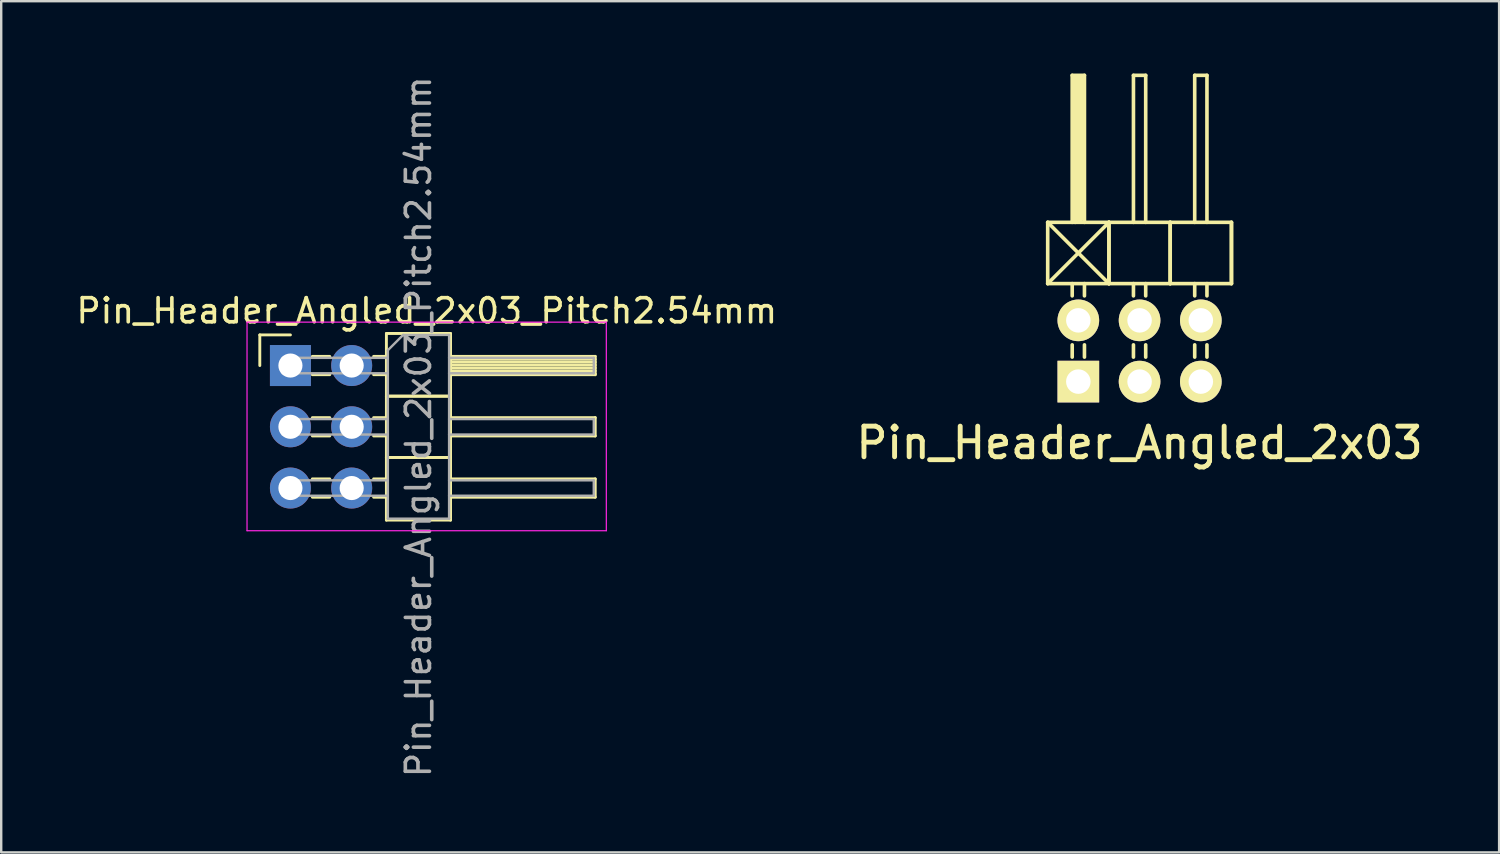
<source format=kicad_pcb>
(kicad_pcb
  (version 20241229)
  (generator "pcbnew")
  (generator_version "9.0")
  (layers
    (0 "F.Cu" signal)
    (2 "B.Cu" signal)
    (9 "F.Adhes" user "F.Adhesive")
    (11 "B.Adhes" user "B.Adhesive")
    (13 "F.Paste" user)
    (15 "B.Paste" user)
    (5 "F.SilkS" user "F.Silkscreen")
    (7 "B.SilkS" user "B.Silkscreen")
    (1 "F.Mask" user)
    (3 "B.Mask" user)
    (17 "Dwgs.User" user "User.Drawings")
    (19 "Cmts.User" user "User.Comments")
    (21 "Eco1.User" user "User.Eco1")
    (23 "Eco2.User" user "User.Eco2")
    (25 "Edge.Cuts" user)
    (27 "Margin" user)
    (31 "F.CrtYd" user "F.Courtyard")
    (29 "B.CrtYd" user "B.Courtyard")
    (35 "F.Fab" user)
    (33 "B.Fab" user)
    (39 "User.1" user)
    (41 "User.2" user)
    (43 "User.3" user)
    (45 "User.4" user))
  (footprint "Pin_Header_Angled_2x03_Pitch2.54mm"
    (layer "F.Cu")
    (at 8.994 12.109)
    (property "Reference" "Pin_Header_Angled_2x03_Pitch2.54mm" (at 5.655 -2.27 0) (layer "F.SilkS") (effects (font (size 1 1) (thickness 0.15))))
    (attr through_hole)
    (fp_line (start -1.27 -1.27) (end 0 -1.27) (stroke (width 0.12) (type solid)) (layer "F.SilkS"))
    (fp_line (start -1.27 0) (end -1.27 -1.27) (stroke (width 0.12) (type solid)) (layer "F.SilkS"))
    (fp_line (start 0.91 -0.38) (end 1.63 -0.38) (stroke (width 0.12) (type solid)) (layer "F.SilkS"))
    (fp_line (start 0.91 0.38) (end 1.63 0.38) (stroke (width 0.12) (type solid)) (layer "F.SilkS"))
    (fp_line (start 0.91 2.16) (end 1.63 2.16) (stroke (width 0.12) (type solid)) (layer "F.SilkS"))
    (fp_line (start 0.91 2.92) (end 1.63 2.92) (stroke (width 0.12) (type solid)) (layer "F.SilkS"))
    (fp_line (start 0.91 4.7) (end 1.63 4.7) (stroke (width 0.12) (type solid)) (layer "F.SilkS"))
    (fp_line (start 0.91 5.46) (end 1.63 5.46) (stroke (width 0.12) (type solid)) (layer "F.SilkS"))
    (fp_line (start 3.45 -0.38) (end 3.98 -0.38) (stroke (width 0.12) (type solid)) (layer "F.SilkS"))
    (fp_line (start 3.45 0.38) (end 3.98 0.38) (stroke (width 0.12) (type solid)) (layer "F.SilkS"))
    (fp_line (start 3.45 2.16) (end 3.98 2.16) (stroke (width 0.12) (type solid)) (layer "F.SilkS"))
    (fp_line (start 3.45 2.92) (end 3.98 2.92) (stroke (width 0.12) (type solid)) (layer "F.SilkS"))
    (fp_line (start 3.45 4.7) (end 3.98 4.7) (stroke (width 0.12) (type solid)) (layer "F.SilkS"))
    (fp_line (start 3.45 5.46) (end 3.98 5.46) (stroke (width 0.12) (type solid)) (layer "F.SilkS"))
    (fp_line (start 3.98 -1.33) (end 3.98 1.27) (stroke (width 0.12) (type solid)) (layer "F.SilkS"))
    (fp_line (start 3.98 1.27) (end 3.98 3.81) (stroke (width 0.12) (type solid)) (layer "F.SilkS"))
    (fp_line (start 3.98 1.27) (end 6.64 1.27) (stroke (width 0.12) (type solid)) (layer "F.SilkS"))
    (fp_line (start 3.98 3.81) (end 3.98 6.41) (stroke (width 0.12) (type solid)) (layer "F.SilkS"))
    (fp_line (start 3.98 3.81) (end 6.64 3.81) (stroke (width 0.12) (type solid)) (layer "F.SilkS"))
    (fp_line (start 3.98 6.41) (end 6.64 6.41) (stroke (width 0.12) (type solid)) (layer "F.SilkS"))
    (fp_line (start 6.64 -1.33) (end 3.98 -1.33) (stroke (width 0.12) (type solid)) (layer "F.SilkS"))
    (fp_line (start 6.64 -0.38) (end 6.64 0.38) (stroke (width 0.12) (type solid)) (layer "F.SilkS"))
    (fp_line (start 6.64 -0.26) (end 12.64 -0.26) (stroke (width 0.12) (type solid)) (layer "F.SilkS"))
    (fp_line (start 6.64 -0.14) (end 12.64 -0.14) (stroke (width 0.12) (type solid)) (layer "F.SilkS"))
    (fp_line (start 6.64 -0.02) (end 12.64 -0.02) (stroke (width 0.12) (type solid)) (layer "F.SilkS"))
    (fp_line (start 6.64 0.1) (end 12.64 0.1) (stroke (width 0.12) (type solid)) (layer "F.SilkS"))
    (fp_line (start 6.64 0.22) (end 12.64 0.22) (stroke (width 0.12) (type solid)) (layer "F.SilkS"))
    (fp_line (start 6.64 0.34) (end 12.64 0.34) (stroke (width 0.12) (type solid)) (layer "F.SilkS"))
    (fp_line (start 6.64 0.38) (end 12.64 0.38) (stroke (width 0.12) (type solid)) (layer "F.SilkS"))
    (fp_line (start 6.64 1.27) (end 3.98 1.27) (stroke (width 0.12) (type solid)) (layer "F.SilkS"))
    (fp_line (start 6.64 1.27) (end 6.64 -1.33) (stroke (width 0.12) (type solid)) (layer "F.SilkS"))
    (fp_line (start 6.64 2.16) (end 6.64 2.92) (stroke (width 0.12) (type solid)) (layer "F.SilkS"))
    (fp_line (start 6.64 2.92) (end 12.64 2.92) (stroke (width 0.12) (type solid)) (layer "F.SilkS"))
    (fp_line (start 6.64 3.81) (end 3.98 3.81) (stroke (width 0.12) (type solid)) (layer "F.SilkS"))
    (fp_line (start 6.64 3.81) (end 6.64 1.27) (stroke (width 0.12) (type solid)) (layer "F.SilkS"))
    (fp_line (start 6.64 4.7) (end 6.64 5.46) (stroke (width 0.12) (type solid)) (layer "F.SilkS"))
    (fp_line (start 6.64 5.46) (end 12.64 5.46) (stroke (width 0.12) (type solid)) (layer "F.SilkS"))
    (fp_line (start 6.64 6.41) (end 6.64 3.81) (stroke (width 0.12) (type solid)) (layer "F.SilkS"))
    (fp_line (start 12.64 -0.38) (end 6.64 -0.38) (stroke (width 0.12) (type solid)) (layer "F.SilkS"))
    (fp_line (start 12.64 0.38) (end 12.64 -0.38) (stroke (width 0.12) (type solid)) (layer "F.SilkS"))
    (fp_line (start 12.64 2.16) (end 6.64 2.16) (stroke (width 0.12) (type solid)) (layer "F.SilkS"))
    (fp_line (start 12.64 2.92) (end 12.64 2.16) (stroke (width 0.12) (type solid)) (layer "F.SilkS"))
    (fp_line (start 12.64 4.7) (end 6.64 4.7) (stroke (width 0.12) (type solid)) (layer "F.SilkS"))
    (fp_line (start 12.64 5.46) (end 12.64 4.7) (stroke (width 0.12) (type solid)) (layer "F.SilkS"))
    (fp_line (start -1.8 -1.8) (end -1.8 6.85) (stroke (width 0.05) (type solid)) (layer "F.CrtYd"))
    (fp_line (start -1.8 6.85) (end 13.1 6.85) (stroke (width 0.05) (type solid)) (layer "F.CrtYd"))
    (fp_line (start 13.1 -1.8) (end -1.8 -1.8) (stroke (width 0.05) (type solid)) (layer "F.CrtYd"))
    (fp_line (start 13.1 6.85) (end 13.1 -1.8) (stroke (width 0.05) (type solid)) (layer "F.CrtYd"))
    (fp_line (start -0.32 -0.32) (end -0.32 0.32) (stroke (width 0.1) (type solid)) (layer "F.Fab"))
    (fp_line (start -0.32 -0.32) (end 4.04 -0.32) (stroke (width 0.1) (type solid)) (layer "F.Fab"))
    (fp_line (start -0.32 0.32) (end 4.04 0.32) (stroke (width 0.1) (type solid)) (layer "F.Fab"))
    (fp_line (start -0.32 2.22) (end -0.32 2.86) (stroke (width 0.1) (type solid)) (layer "F.Fab"))
    (fp_line (start -0.32 2.22) (end 4.04 2.22) (stroke (width 0.1) (type solid)) (layer "F.Fab"))
    (fp_line (start -0.32 2.86) (end 4.04 2.86) (stroke (width 0.1) (type solid)) (layer "F.Fab"))
    (fp_line (start -0.32 4.76) (end -0.32 5.4) (stroke (width 0.1) (type solid)) (layer "F.Fab"))
    (fp_line (start -0.32 4.76) (end 4.04 4.76) (stroke (width 0.1) (type solid)) (layer "F.Fab"))
    (fp_line (start -0.32 5.4) (end 4.04 5.4) (stroke (width 0.1) (type solid)) (layer "F.Fab"))
    (fp_line (start 4.04 -0.635) (end 4.675 -1.27) (stroke (width 0.1) (type solid)) (layer "F.Fab"))
    (fp_line (start 4.04 6.35) (end 4.04 -0.635) (stroke (width 0.1) (type solid)) (layer "F.Fab"))
    (fp_line (start 4.675 -1.27) (end 6.58 -1.27) (stroke (width 0.1) (type solid)) (layer "F.Fab"))
    (fp_line (start 6.58 -1.27) (end 6.58 6.35) (stroke (width 0.1) (type solid)) (layer "F.Fab"))
    (fp_line (start 6.58 -0.32) (end 12.58 -0.32) (stroke (width 0.1) (type solid)) (layer "F.Fab"))
    (fp_line (start 6.58 0.32) (end 12.58 0.32) (stroke (width 0.1) (type solid)) (layer "F.Fab"))
    (fp_line (start 6.58 2.22) (end 12.58 2.22) (stroke (width 0.1) (type solid)) (layer "F.Fab"))
    (fp_line (start 6.58 2.86) (end 12.58 2.86) (stroke (width 0.1) (type solid)) (layer "F.Fab"))
    (fp_line (start 6.58 4.76) (end 12.58 4.76) (stroke (width 0.1) (type solid)) (layer "F.Fab"))
    (fp_line (start 6.58 5.4) (end 12.58 5.4) (stroke (width 0.1) (type solid)) (layer "F.Fab"))
    (fp_line (start 6.58 6.35) (end 4.04 6.35) (stroke (width 0.1) (type solid)) (layer "F.Fab"))
    (fp_line (start 12.58 -0.32) (end 12.58 0.32) (stroke (width 0.1) (type solid)) (layer "F.Fab"))
    (fp_line (start 12.58 2.22) (end 12.58 2.86) (stroke (width 0.1) (type solid)) (layer "F.Fab"))
    (fp_line (start 12.58 4.76) (end 12.58 5.4) (stroke (width 0.1) (type solid)) (layer "F.Fab"))
    (fp_text user "${REFERENCE}" (at 5.31 2.54 90) (layer "F.Fab") (effects (font (size 1 1) (thickness 0.15))))
    (pad "1" thru_hole rect (at 0 0) (size 1.7 1.7) (drill 1) (layers "*.Cu" "*.Mask"))
    (pad "2" thru_hole oval (at 2.54 0) (size 1.7 1.7) (drill 1) (layers "*.Cu" "*.Mask"))
    (pad "3" thru_hole oval (at 0 2.54) (size 1.7 1.7) (drill 1) (layers "*.Cu" "*.Mask"))
    (pad "4" thru_hole oval (at 2.54 2.54) (size 1.7 1.7) (drill 1) (layers "*.Cu" "*.Mask"))
    (pad "5" thru_hole oval (at 0 5.08) (size 1.7 1.7) (drill 1) (layers "*.Cu" "*.Mask"))
    (pad "6" thru_hole oval (at 2.54 5.08) (size 1.7 1.7) (drill 1) (layers "*.Cu" "*.Mask")))
  (footprint "Pin_Header_Angled_2x03"
    (layer "F.Cu")
    (at 44.208 11.505)
    (property "Reference" "Pin_Header_Angled_2x03" (at 0 3.81 0) (layer "F.SilkS") (effects (font (size 1.27 1.27) (thickness 0.203))))
    (attr through_hole)
    (fp_line (start -3.81 -5.334) (end -1.27 -2.794) (stroke (width 0.15) (type solid)) (layer "F.SilkS"))
    (fp_line (start -3.81 -2.794) (end -3.81 -5.334) (stroke (width 0.15) (type solid)) (layer "F.SilkS"))
    (fp_line (start -3.81 -2.794) (end -1.27 -5.334) (stroke (width 0.15) (type solid)) (layer "F.SilkS"))
    (fp_line (start -3.81 -2.794) (end -1.27 -2.794) (stroke (width 0.15) (type solid)) (layer "F.SilkS"))
    (fp_line (start -2.794 -11.43) (end -2.286 -11.43) (stroke (width 0.15) (type solid)) (layer "F.SilkS"))
    (fp_line (start -2.794 -5.334) (end -2.794 -11.43) (stroke (width 0.15) (type solid)) (layer "F.SilkS"))
    (fp_line (start -2.794 -2.794) (end -2.794 -2.286) (stroke (width 0.15) (type solid)) (layer "F.SilkS"))
    (fp_line (start -2.794 -0.254) (end -2.794 0.254) (stroke (width 0.15) (type solid)) (layer "F.SilkS"))
    (fp_line (start -2.667 -11.303) (end -2.413 -11.303) (stroke (width 0.15) (type solid)) (layer "F.SilkS"))
    (fp_line (start -2.667 -5.334) (end -2.667 -11.303) (stroke (width 0.15) (type solid)) (layer "F.SilkS"))
    (fp_line (start -2.54 -5.461) (end -2.54 -11.303) (stroke (width 0.15) (type solid)) (layer "F.SilkS"))
    (fp_line (start -2.413 -11.303) (end -2.413 -5.461) (stroke (width 0.15) (type solid)) (layer "F.SilkS"))
    (fp_line (start -2.413 -5.461) (end -2.54 -5.461) (stroke (width 0.15) (type solid)) (layer "F.SilkS"))
    (fp_line (start -2.286 -11.43) (end -2.286 -5.334) (stroke (width 0.15) (type solid)) (layer "F.SilkS"))
    (fp_line (start -2.286 -2.794) (end -2.286 -2.286) (stroke (width 0.15) (type solid)) (layer "F.SilkS"))
    (fp_line (start -2.286 -0.254) (end -2.286 0.254) (stroke (width 0.15) (type solid)) (layer "F.SilkS"))
    (fp_line (start -1.27 -5.334) (end -3.81 -5.334) (stroke (width 0.15) (type solid)) (layer "F.SilkS"))
    (fp_line (start -1.27 -2.794) (end -1.27 -5.334) (stroke (width 0.15) (type solid)) (layer "F.SilkS"))
    (fp_line (start -1.27 -2.794) (end -1.27 -5.334) (stroke (width 0.15) (type solid)) (layer "F.SilkS"))
    (fp_line (start -1.27 -2.794) (end 1.27 -2.794) (stroke (width 0.15) (type solid)) (layer "F.SilkS"))
    (fp_line (start -0.254 -11.43) (end 0.254 -11.43) (stroke (width 0.15) (type solid)) (layer "F.SilkS"))
    (fp_line (start -0.254 -5.334) (end -0.254 -11.43) (stroke (width 0.15) (type solid)) (layer "F.SilkS"))
    (fp_line (start -0.254 -2.794) (end -0.254 -2.286) (stroke (width 0.15) (type solid)) (layer "F.SilkS"))
    (fp_line (start -0.254 -0.254) (end -0.254 0.254) (stroke (width 0.15) (type solid)) (layer "F.SilkS"))
    (fp_line (start 0.254 -11.43) (end 0.254 -5.334) (stroke (width 0.15) (type solid)) (layer "F.SilkS"))
    (fp_line (start 0.254 -2.794) (end 0.254 -2.286) (stroke (width 0.15) (type solid)) (layer "F.SilkS"))
    (fp_line (start 0.254 -0.254) (end 0.254 0.254) (stroke (width 0.15) (type solid)) (layer "F.SilkS"))
    (fp_line (start 1.27 -5.334) (end -1.27 -5.334) (stroke (width 0.15) (type solid)) (layer "F.SilkS"))
    (fp_line (start 1.27 -2.794) (end 1.27 -5.334) (stroke (width 0.15) (type solid)) (layer "F.SilkS"))
    (fp_line (start 1.27 -2.794) (end 1.27 -5.334) (stroke (width 0.15) (type solid)) (layer "F.SilkS"))
    (fp_line (start 1.27 -2.794) (end 3.81 -2.794) (stroke (width 0.15) (type solid)) (layer "F.SilkS"))
    (fp_line (start 2.286 -11.43) (end 2.794 -11.43) (stroke (width 0.15) (type solid)) (layer "F.SilkS"))
    (fp_line (start 2.286 -5.334) (end 2.286 -11.43) (stroke (width 0.15) (type solid)) (layer "F.SilkS"))
    (fp_line (start 2.286 -2.794) (end 2.286 -2.286) (stroke (width 0.15) (type solid)) (layer "F.SilkS"))
    (fp_line (start 2.286 -0.254) (end 2.286 0.254) (stroke (width 0.15) (type solid)) (layer "F.SilkS"))
    (fp_line (start 2.794 -11.43) (end 2.794 -5.334) (stroke (width 0.15) (type solid)) (layer "F.SilkS"))
    (fp_line (start 2.794 -2.794) (end 2.794 -2.286) (stroke (width 0.15) (type solid)) (layer "F.SilkS"))
    (fp_line (start 2.794 -0.254) (end 2.794 0.254) (stroke (width 0.15) (type solid)) (layer "F.SilkS"))
    (fp_line (start 3.81 -5.334) (end 1.27 -5.334) (stroke (width 0.15) (type solid)) (layer "F.SilkS"))
    (fp_line (start 3.81 -2.794) (end 3.81 -5.334) (stroke (width 0.15) (type solid)) (layer "F.SilkS"))
    (fp_line (start 3.81 -2.794) (end 3.81 -5.334) (stroke (width 0.15) (type solid)) (layer "F.SilkS"))
    (pad "1" thru_hole rect (at -2.54 1.27) (size 1.727 1.727) (drill 1.016) (layers "*.Cu" "*.Mask" "F.SilkS"))
    (pad "2" thru_hole oval (at -2.54 -1.27) (size 1.727 1.727) (drill 1.016) (layers "*.Cu" "*.Mask" "F.SilkS"))
    (pad "3" thru_hole oval (at 0 1.27) (size 1.727 1.727) (drill 1.016) (layers "*.Cu" "*.Mask" "F.SilkS"))
    (pad "4" thru_hole oval (at 0 -1.27) (size 1.727 1.727) (drill 1.016) (layers "*.Cu" "*.Mask" "F.SilkS"))
    (pad "5" thru_hole oval (at 2.54 1.27) (size 1.727 1.727) (drill 1.016) (layers "*.Cu" "*.Mask" "F.SilkS"))
    (pad "6" thru_hole oval (at 2.54 -1.27) (size 1.727 1.727) (drill 1.016) (layers "*.Cu" "*.Mask" "F.SilkS")))
  (gr_rect
    (start -3 -3)
    (end 59.118 32.298)
    (stroke (width 0.1) (type default))
    (fill no)
    (layer "Edge.Cuts")))
</source>
